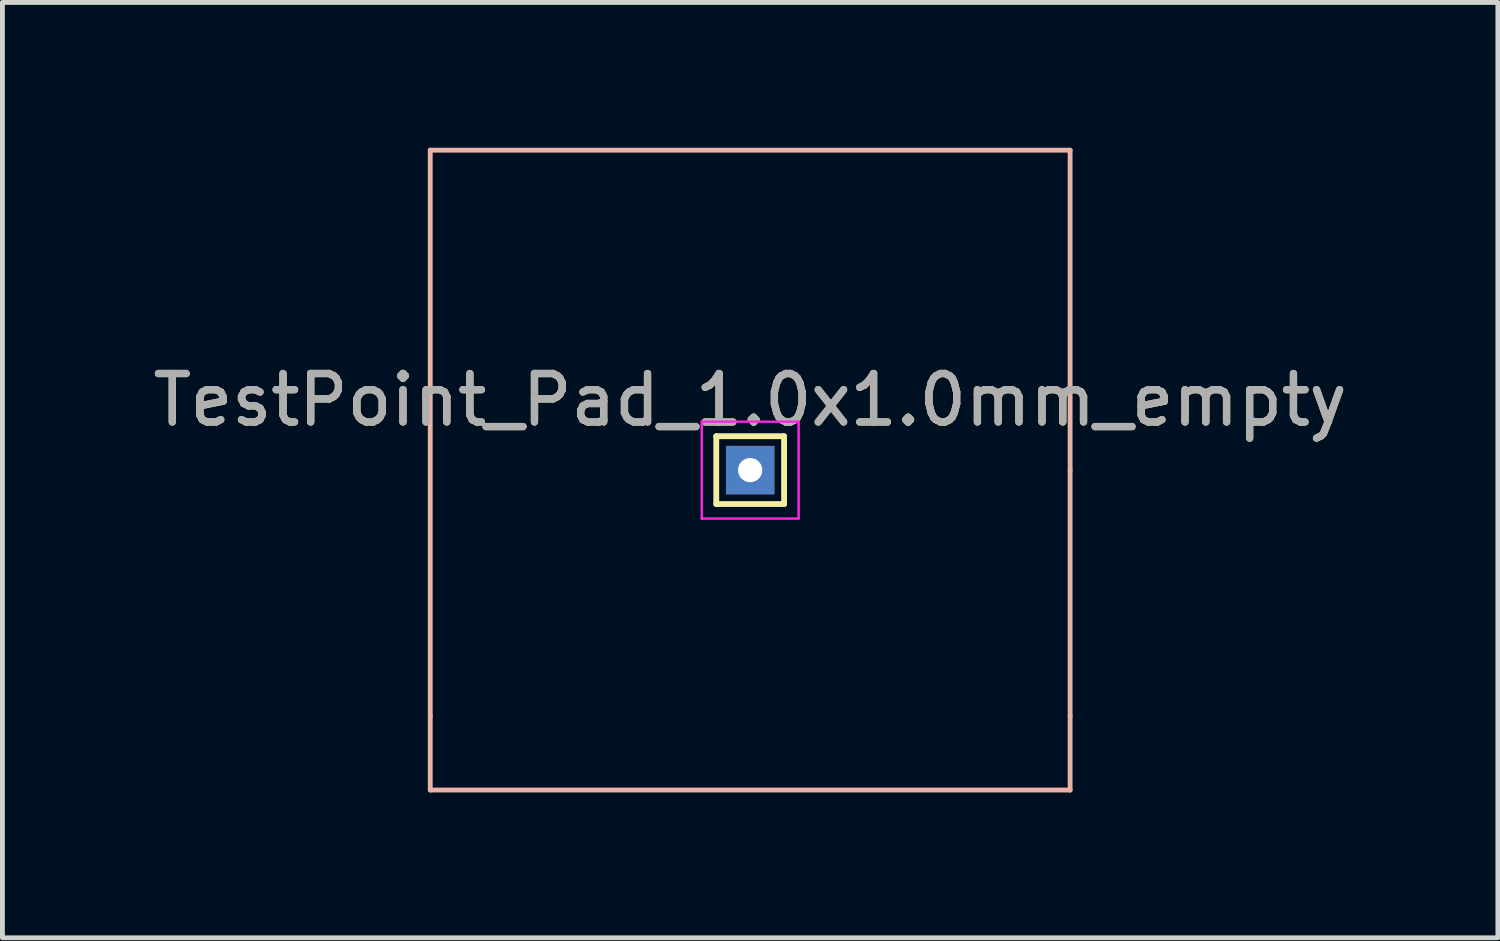
<source format=kicad_pcb>
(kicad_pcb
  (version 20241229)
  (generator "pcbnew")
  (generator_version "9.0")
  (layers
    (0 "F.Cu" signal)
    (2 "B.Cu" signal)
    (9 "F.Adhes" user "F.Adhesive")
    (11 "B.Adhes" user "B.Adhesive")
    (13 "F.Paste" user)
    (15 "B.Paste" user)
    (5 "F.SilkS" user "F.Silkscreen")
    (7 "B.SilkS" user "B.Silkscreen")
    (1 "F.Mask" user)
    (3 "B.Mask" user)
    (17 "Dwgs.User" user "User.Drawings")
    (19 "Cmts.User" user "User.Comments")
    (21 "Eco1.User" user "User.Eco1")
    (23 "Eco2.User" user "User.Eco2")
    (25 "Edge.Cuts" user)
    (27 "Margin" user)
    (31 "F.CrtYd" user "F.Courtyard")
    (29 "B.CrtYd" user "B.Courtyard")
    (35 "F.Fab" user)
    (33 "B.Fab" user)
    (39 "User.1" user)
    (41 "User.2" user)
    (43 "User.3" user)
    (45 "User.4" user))
  (footprint "TestPoint_Pad_1.0x1.0mm_empty"
    (layer "F.Cu")
    (at 12.435 6.654)
    (property "Reference" "TestPoint_Pad_1.0x1.0mm_empty" (at 0 -1.448 0) (layer "F.SilkS") (effects (font (size 1 1) (thickness 0.15))))
    (attr exclude_from_pos_files exclude_from_bom)
    (fp_line (start -0.7 -0.7) (end 0.7 -0.7) (stroke (width 0.12) (type solid)) (layer "F.SilkS"))
    (fp_line (start -0.7 0.7) (end -0.7 -0.7) (stroke (width 0.12) (type solid)) (layer "F.SilkS"))
    (fp_line (start 0.7 -0.7) (end 0.7 0.7) (stroke (width 0.12) (type solid)) (layer "F.SilkS"))
    (fp_line (start 0.7 0.7) (end -0.7 0.7) (stroke (width 0.12) (type solid)) (layer "F.SilkS"))
    (fp_line (start -6.604 -6.604) (end -6.604 5.08) (stroke (width 0.1) (type solid)) (layer "B.SilkS"))
    (fp_line (start -6.604 5.08) (end -6.604 6.604) (stroke (width 0.1) (type solid)) (layer "B.SilkS"))
    (fp_line (start -6.604 6.604) (end 6.604 6.604) (stroke (width 0.1) (type solid)) (layer "B.SilkS"))
    (fp_line (start 6.604 -6.604) (end -6.604 -6.604) (stroke (width 0.1) (type solid)) (layer "B.SilkS"))
    (fp_line (start 6.604 0) (end 6.604 -6.604) (stroke (width 0.1) (type solid)) (layer "B.SilkS"))
    (fp_line (start 6.604 5.08) (end 6.604 0) (stroke (width 0.1) (type solid)) (layer "B.SilkS"))
    (fp_line (start 6.604 6.604) (end 6.604 5.08) (stroke (width 0.1) (type solid)) (layer "B.SilkS"))
    (fp_line (start -1 -1) (end -1 1) (stroke (width 0.05) (type solid)) (layer "F.CrtYd"))
    (fp_line (start -1 -1) (end 1 -1) (stroke (width 0.05) (type solid)) (layer "F.CrtYd"))
    (fp_line (start 1 1) (end -1 1) (stroke (width 0.05) (type solid)) (layer "F.CrtYd"))
    (fp_line (start 1 1) (end 1 -1) (stroke (width 0.05) (type solid)) (layer "F.CrtYd"))
    (fp_text user "${REFERENCE}" (at 0 -1.45 0) (layer "F.Fab") (effects (font (size 1 1) (thickness 0.15))))
    (pad "1" thru_hole rect (at 0 0) (size 1 1) (drill 0.5) (layers "*.Cu" "*.Mask")))
  (gr_rect
    (start -3 -3)
    (end 27.869 16.308)
    (stroke (width 0.1) (type default))
    (fill no)
    (layer "Edge.Cuts")))
</source>
